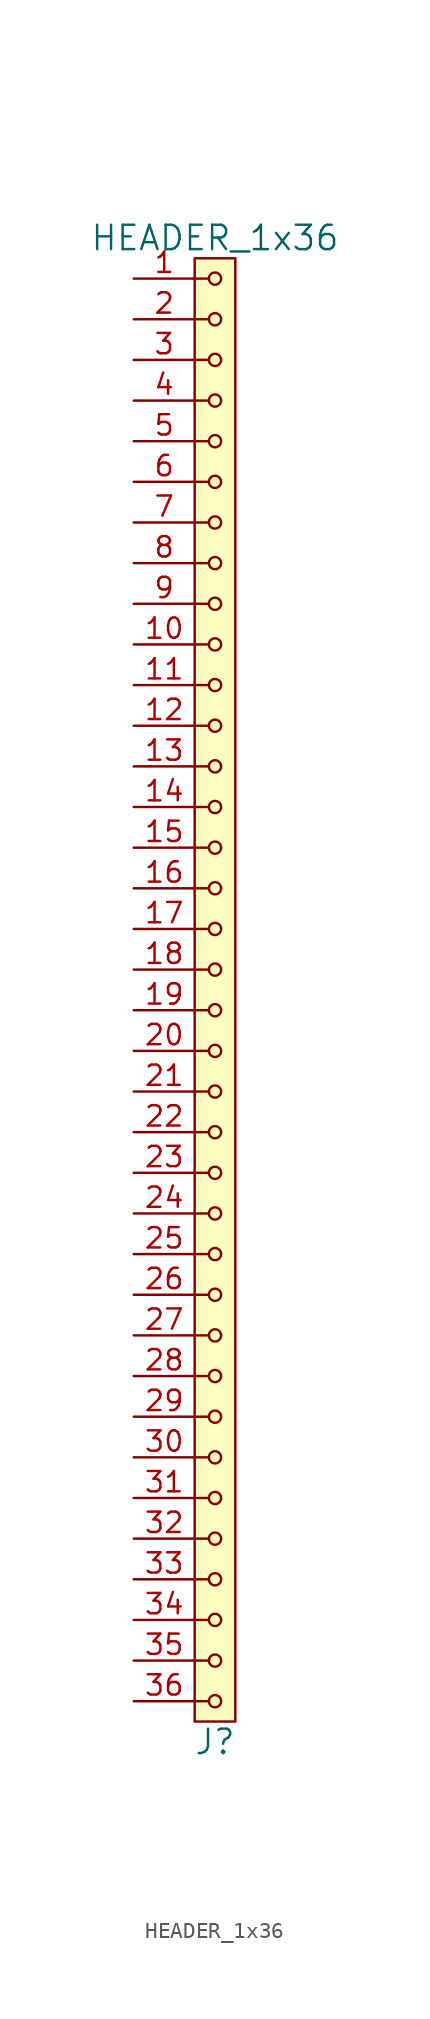
<source format=kicad_sym>
(kicad_symbol_lib
  (version 20211014)
  (generator kicad_symbol_editor)
  (symbol "HEADER_1x36"
    (pin_names
      (offset 1.016))
    (property "Reference" "J"
      (at 0 -46.99 0)
      (effects (font (size 1.524 1.524))))
    (property "Value" "HEADER_1x36"
      (at 0 46.99 0)
      (effects (font (size 1.524 1.524))))
    (property "Footprint" ""
      (at 0 44.45 0)
      (effects (font (size 1.524 1.524))))
    (property "Datasheet" ""
      (at 0 44.45 0)
      (effects (font (size 1.524 1.524))))
    (symbol "HEADER_1x36_0_1"
      (rectangle (start -1.27 45.72) (end 1.27 -45.72) (stroke (width 0) (type default) (color 0 0 0 0)) (fill (type background)))
      (circle (center 0 -44.45) (radius 0.381) (stroke (width 0) (type default) (color 0 0 0 0)) (fill (type none)))
      (circle (center 0 -41.91) (radius 0.381) (stroke (width 0) (type default) (color 0 0 0 0)) (fill (type none)))
      (circle (center 0 -39.37) (radius 0.381) (stroke (width 0) (type default) (color 0 0 0 0)) (fill (type none)))
      (circle (center 0 -36.83) (radius 0.381) (stroke (width 0) (type default) (color 0 0 0 0)) (fill (type none)))
      (circle (center 0 -34.29) (radius 0.381) (stroke (width 0) (type default) (color 0 0 0 0)) (fill (type none)))
      (circle (center 0 -31.75) (radius 0.381) (stroke (width 0) (type default) (color 0 0 0 0)) (fill (type none)))
      (circle (center 0 -29.21) (radius 0.381) (stroke (width 0) (type default) (color 0 0 0 0)) (fill (type none)))
      (circle (center 0 -26.67) (radius 0.381) (stroke (width 0) (type default) (color 0 0 0 0)) (fill (type none)))
      (circle (center 0 -24.13) (radius 0.381) (stroke (width 0) (type default) (color 0 0 0 0)) (fill (type none)))
      (circle (center 0 -21.59) (radius 0.381) (stroke (width 0) (type default) (color 0 0 0 0)) (fill (type none)))
      (circle (center 0 -19.05) (radius 0.381) (stroke (width 0) (type default) (color 0 0 0 0)) (fill (type none)))
      (circle (center 0 -16.51) (radius 0.381) (stroke (width 0) (type default) (color 0 0 0 0)) (fill (type none)))
      (circle (center 0 -13.97) (radius 0.381) (stroke (width 0) (type default) (color 0 0 0 0)) (fill (type none)))
      (circle (center 0 -11.43) (radius 0.381) (stroke (width 0) (type default) (color 0 0 0 0)) (fill (type none)))
      (circle (center 0 -8.89) (radius 0.381) (stroke (width 0) (type default) (color 0 0 0 0)) (fill (type none)))
      (circle (center 0 -6.35) (radius 0.381) (stroke (width 0) (type default) (color 0 0 0 0)) (fill (type none)))
      (circle (center 0 -3.81) (radius 0.381) (stroke (width 0) (type default) (color 0 0 0 0)) (fill (type none)))
      (circle (center 0 -1.27) (radius 0.381) (stroke (width 0) (type default) (color 0 0 0 0)) (fill (type none)))
      (polyline (pts (xy -1.27 -44.45) (xy -0.381 -44.45)) (stroke (width 0) (type default) (color 0 0 0 0)) (fill (type none)))
      (polyline (pts (xy -1.27 -41.91) (xy -0.381 -41.91)) (stroke (width 0) (type default) (color 0 0 0 0)) (fill (type none)))
      (polyline (pts (xy -1.27 -39.37) (xy -0.381 -39.37)) (stroke (width 0) (type default) (color 0 0 0 0)) (fill (type none)))
      (polyline (pts (xy -1.27 -36.83) (xy -0.381 -36.83)) (stroke (width 0) (type default) (color 0 0 0 0)) (fill (type none)))
      (polyline (pts (xy -1.27 -34.29) (xy -0.381 -34.29)) (stroke (width 0) (type default) (color 0 0 0 0)) (fill (type none)))
      (polyline (pts (xy -1.27 -31.75) (xy -0.381 -31.75)) (stroke (width 0) (type default) (color 0 0 0 0)) (fill (type none)))
      (polyline (pts (xy -1.27 -29.21) (xy -0.381 -29.21)) (stroke (width 0) (type default) (color 0 0 0 0)) (fill (type none)))
      (polyline (pts (xy -1.27 -26.67) (xy -0.381 -26.67)) (stroke (width 0) (type default) (color 0 0 0 0)) (fill (type none)))
      (polyline (pts (xy -1.27 -24.13) (xy -0.381 -24.13)) (stroke (width 0) (type default) (color 0 0 0 0)) (fill (type none)))
      (polyline (pts (xy -1.27 -21.59) (xy -0.381 -21.59)) (stroke (width 0) (type default) (color 0 0 0 0)) (fill (type none)))
      (polyline (pts (xy -1.27 -19.05) (xy -0.381 -19.05)) (stroke (width 0) (type default) (color 0 0 0 0)) (fill (type none)))
      (polyline (pts (xy -1.27 -16.51) (xy -0.381 -16.51)) (stroke (width 0) (type default) (color 0 0 0 0)) (fill (type none)))
      (polyline (pts (xy -1.27 -13.97) (xy -0.381 -13.97)) (stroke (width 0) (type default) (color 0 0 0 0)) (fill (type none)))
      (polyline (pts (xy -1.27 -11.43) (xy -0.381 -11.43)) (stroke (width 0) (type default) (color 0 0 0 0)) (fill (type none)))
      (polyline (pts (xy -1.27 -8.89) (xy -0.381 -8.89)) (stroke (width 0) (type default) (color 0 0 0 0)) (fill (type none)))
      (polyline (pts (xy -1.27 -6.35) (xy -0.381 -6.35)) (stroke (width 0) (type default) (color 0 0 0 0)) (fill (type none)))
      (polyline (pts (xy -1.27 -3.81) (xy -0.381 -3.81)) (stroke (width 0) (type default) (color 0 0 0 0)) (fill (type none)))
      (polyline (pts (xy -1.27 -1.27) (xy -0.381 -1.27)) (stroke (width 0) (type default) (color 0 0 0 0)) (fill (type none)))
      (polyline (pts (xy -1.27 1.27) (xy -0.381 1.27)) (stroke (width 0) (type default) (color 0 0 0 0)) (fill (type none)))
      (polyline (pts (xy -1.27 3.81) (xy -0.381 3.81)) (stroke (width 0) (type default) (color 0 0 0 0)) (fill (type none)))
      (polyline (pts (xy -1.27 6.35) (xy -0.381 6.35)) (stroke (width 0) (type default) (color 0 0 0 0)) (fill (type none)))
      (polyline (pts (xy -1.27 8.89) (xy -0.381 8.89)) (stroke (width 0) (type default) (color 0 0 0 0)) (fill (type none)))
      (polyline (pts (xy -1.27 11.43) (xy -0.381 11.43)) (stroke (width 0) (type default) (color 0 0 0 0)) (fill (type none)))
      (polyline (pts (xy -1.27 13.97) (xy -0.381 13.97)) (stroke (width 0) (type default) (color 0 0 0 0)) (fill (type none)))
      (polyline (pts (xy -1.27 16.51) (xy -0.381 16.51)) (stroke (width 0) (type default) (color 0 0 0 0)) (fill (type none)))
      (polyline (pts (xy -1.27 19.05) (xy -0.381 19.05)) (stroke (width 0) (type default) (color 0 0 0 0)) (fill (type none)))
      (polyline (pts (xy -1.27 21.59) (xy -0.381 21.59)) (stroke (width 0) (type default) (color 0 0 0 0)) (fill (type none)))
      (polyline (pts (xy -1.27 24.13) (xy -0.381 24.13)) (stroke (width 0) (type default) (color 0 0 0 0)) (fill (type none)))
      (polyline (pts (xy -1.27 26.67) (xy -0.381 26.67)) (stroke (width 0) (type default) (color 0 0 0 0)) (fill (type none)))
      (polyline (pts (xy -1.27 29.21) (xy -0.381 29.21)) (stroke (width 0) (type default) (color 0 0 0 0)) (fill (type none)))
      (polyline (pts (xy -1.27 31.75) (xy -0.381 31.75)) (stroke (width 0) (type default) (color 0 0 0 0)) (fill (type none)))
      (polyline (pts (xy -1.27 34.29) (xy -0.381 34.29)) (stroke (width 0) (type default) (color 0 0 0 0)) (fill (type none)))
      (polyline (pts (xy -1.27 36.83) (xy -0.381 36.83)) (stroke (width 0) (type default) (color 0 0 0 0)) (fill (type none)))
      (polyline (pts (xy -1.27 39.37) (xy -0.381 39.37)) (stroke (width 0) (type default) (color 0 0 0 0)) (fill (type none)))
      (polyline (pts (xy -1.27 41.91) (xy -0.381 41.91)) (stroke (width 0) (type default) (color 0 0 0 0)) (fill (type none)))
      (polyline (pts (xy -1.27 44.45) (xy -0.381 44.45)) (stroke (width 0) (type default) (color 0 0 0 0)) (fill (type none)))
      (circle (center 0 1.27) (radius 0.381) (stroke (width 0) (type default) (color 0 0 0 0)) (fill (type none)))
      (circle (center 0 3.81) (radius 0.381) (stroke (width 0) (type default) (color 0 0 0 0)) (fill (type none)))
      (circle (center 0 6.35) (radius 0.381) (stroke (width 0) (type default) (color 0 0 0 0)) (fill (type none)))
      (circle (center 0 8.89) (radius 0.381) (stroke (width 0) (type default) (color 0 0 0 0)) (fill (type none)))
      (circle (center 0 11.43) (radius 0.381) (stroke (width 0) (type default) (color 0 0 0 0)) (fill (type none)))
      (circle (center 0 13.97) (radius 0.381) (stroke (width 0) (type default) (color 0 0 0 0)) (fill (type none)))
      (circle (center 0 16.51) (radius 0.381) (stroke (width 0) (type default) (color 0 0 0 0)) (fill (type none)))
      (circle (center 0 19.05) (radius 0.381) (stroke (width 0) (type default) (color 0 0 0 0)) (fill (type none)))
      (circle (center 0 21.59) (radius 0.381) (stroke (width 0) (type default) (color 0 0 0 0)) (fill (type none)))
      (circle (center 0 24.13) (radius 0.381) (stroke (width 0) (type default) (color 0 0 0 0)) (fill (type none)))
      (circle (center 0 26.67) (radius 0.381) (stroke (width 0) (type default) (color 0 0 0 0)) (fill (type none)))
      (circle (center 0 29.21) (radius 0.381) (stroke (width 0) (type default) (color 0 0 0 0)) (fill (type none)))
      (circle (center 0 31.75) (radius 0.381) (stroke (width 0) (type default) (color 0 0 0 0)) (fill (type none)))
      (circle (center 0 34.29) (radius 0.381) (stroke (width 0) (type default) (color 0 0 0 0)) (fill (type none)))
      (circle (center 0 36.83) (radius 0.381) (stroke (width 0) (type default) (color 0 0 0 0)) (fill (type none)))
      (circle (center 0 39.37) (radius 0.381) (stroke (width 0) (type default) (color 0 0 0 0)) (fill (type none)))
      (circle (center 0 41.91) (radius 0.381) (stroke (width 0) (type default) (color 0 0 0 0)) (fill (type none)))
      (circle (center 0 44.45) (radius 0.381) (stroke (width 0) (type default) (color 0 0 0 0)) (fill (type none))))
    (symbol "HEADER_1x36_1_1"
      (pin input line (at -5.08 44.45 0) (length 3.81) (name "~" (effects (font (size 1.27 1.27)))) (number "1" (effects (font (size 1.27 1.27)))))
      (pin input line (at -5.08 21.59 0) (length 3.81) (name "~" (effects (font (size 1.27 1.27)))) (number "10" (effects (font (size 1.27 1.27)))))
      (pin input line (at -5.08 19.05 0) (length 3.81) (name "~" (effects (font (size 1.27 1.27)))) (number "11" (effects (font (size 1.27 1.27)))))
      (pin input line (at -5.08 16.51 0) (length 3.81) (name "~" (effects (font (size 1.27 1.27)))) (number "12" (effects (font (size 1.27 1.27)))))
      (pin input line (at -5.08 13.97 0) (length 3.81) (name "~" (effects (font (size 1.27 1.27)))) (number "13" (effects (font (size 1.27 1.27)))))
      (pin input line (at -5.08 11.43 0) (length 3.81) (name "~" (effects (font (size 1.27 1.27)))) (number "14" (effects (font (size 1.27 1.27)))))
      (pin input line (at -5.08 8.89 0) (length 3.81) (name "~" (effects (font (size 1.27 1.27)))) (number "15" (effects (font (size 1.27 1.27)))))
      (pin input line (at -5.08 6.35 0) (length 3.81) (name "~" (effects (font (size 1.27 1.27)))) (number "16" (effects (font (size 1.27 1.27)))))
      (pin input line (at -5.08 3.81 0) (length 3.81) (name "~" (effects (font (size 1.27 1.27)))) (number "17" (effects (font (size 1.27 1.27)))))
      (pin input line (at -5.08 1.27 0) (length 3.81) (name "~" (effects (font (size 1.27 1.27)))) (number "18" (effects (font (size 1.27 1.27)))))
      (pin input line (at -5.08 -1.27 0) (length 3.81) (name "~" (effects (font (size 1.27 1.27)))) (number "19" (effects (font (size 1.27 1.27)))))
      (pin input line (at -5.08 41.91 0) (length 3.81) (name "~" (effects (font (size 1.27 1.27)))) (number "2" (effects (font (size 1.27 1.27)))))
      (pin input line (at -5.08 -3.81 0) (length 3.81) (name "~" (effects (font (size 1.27 1.27)))) (number "20" (effects (font (size 1.27 1.27)))))
      (pin input line (at -5.08 -6.35 0) (length 3.81) (name "~" (effects (font (size 1.27 1.27)))) (number "21" (effects (font (size 1.27 1.27)))))
      (pin input line (at -5.08 -8.89 0) (length 3.81) (name "~" (effects (font (size 1.27 1.27)))) (number "22" (effects (font (size 1.27 1.27)))))
      (pin input line (at -5.08 -11.43 0) (length 3.81) (name "~" (effects (font (size 1.27 1.27)))) (number "23" (effects (font (size 1.27 1.27)))))
      (pin input line (at -5.08 -13.97 0) (length 3.81) (name "~" (effects (font (size 1.27 1.27)))) (number "24" (effects (font (size 1.27 1.27)))))
      (pin input line (at -5.08 -16.51 0) (length 3.81) (name "~" (effects (font (size 1.27 1.27)))) (number "25" (effects (font (size 1.27 1.27)))))
      (pin input line (at -5.08 -19.05 0) (length 3.81) (name "~" (effects (font (size 1.27 1.27)))) (number "26" (effects (font (size 1.27 1.27)))))
      (pin input line (at -5.08 -21.59 0) (length 3.81) (name "~" (effects (font (size 1.27 1.27)))) (number "27" (effects (font (size 1.27 1.27)))))
      (pin input line (at -5.08 -24.13 0) (length 3.81) (name "~" (effects (font (size 1.27 1.27)))) (number "28" (effects (font (size 1.27 1.27)))))
      (pin input line (at -5.08 -26.67 0) (length 3.81) (name "~" (effects (font (size 1.27 1.27)))) (number "29" (effects (font (size 1.27 1.27)))))
      (pin input line (at -5.08 39.37 0) (length 3.81) (name "~" (effects (font (size 1.27 1.27)))) (number "3" (effects (font (size 1.27 1.27)))))
      (pin input line (at -5.08 -29.21 0) (length 3.81) (name "~" (effects (font (size 1.27 1.27)))) (number "30" (effects (font (size 1.27 1.27)))))
      (pin input line (at -5.08 -31.75 0) (length 3.81) (name "~" (effects (font (size 1.27 1.27)))) (number "31" (effects (font (size 1.27 1.27)))))
      (pin input line (at -5.08 -34.29 0) (length 3.81) (name "~" (effects (font (size 1.27 1.27)))) (number "32" (effects (font (size 1.27 1.27)))))
      (pin input line (at -5.08 -36.83 0) (length 3.81) (name "~" (effects (font (size 1.27 1.27)))) (number "33" (effects (font (size 1.27 1.27)))))
      (pin input line (at -5.08 -39.37 0) (length 3.81) (name "~" (effects (font (size 1.27 1.27)))) (number "34" (effects (font (size 1.27 1.27)))))
      (pin input line (at -5.08 -41.91 0) (length 3.81) (name "~" (effects (font (size 1.27 1.27)))) (number "35" (effects (font (size 1.27 1.27)))))
      (pin input line (at -5.08 -44.45 0) (length 3.81) (name "~" (effects (font (size 1.27 1.27)))) (number "36" (effects (font (size 1.27 1.27)))))
      (pin input line (at -5.08 36.83 0) (length 3.81) (name "~" (effects (font (size 1.27 1.27)))) (number "4" (effects (font (size 1.27 1.27)))))
      (pin input line (at -5.08 34.29 0) (length 3.81) (name "~" (effects (font (size 1.27 1.27)))) (number "5" (effects (font (size 1.27 1.27)))))
      (pin input line (at -5.08 31.75 0) (length 3.81) (name "~" (effects (font (size 1.27 1.27)))) (number "6" (effects (font (size 1.27 1.27)))))
      (pin input line (at -5.08 29.21 0) (length 3.81) (name "~" (effects (font (size 1.27 1.27)))) (number "7" (effects (font (size 1.27 1.27)))))
      (pin input line (at -5.08 26.67 0) (length 3.81) (name "~" (effects (font (size 1.27 1.27)))) (number "8" (effects (font (size 1.27 1.27)))))
      (pin input line (at -5.08 24.13 0) (length 3.81) (name "~" (effects (font (size 1.27 1.27)))) (number "9" (effects (font (size 1.27 1.27))))))))
</source>
